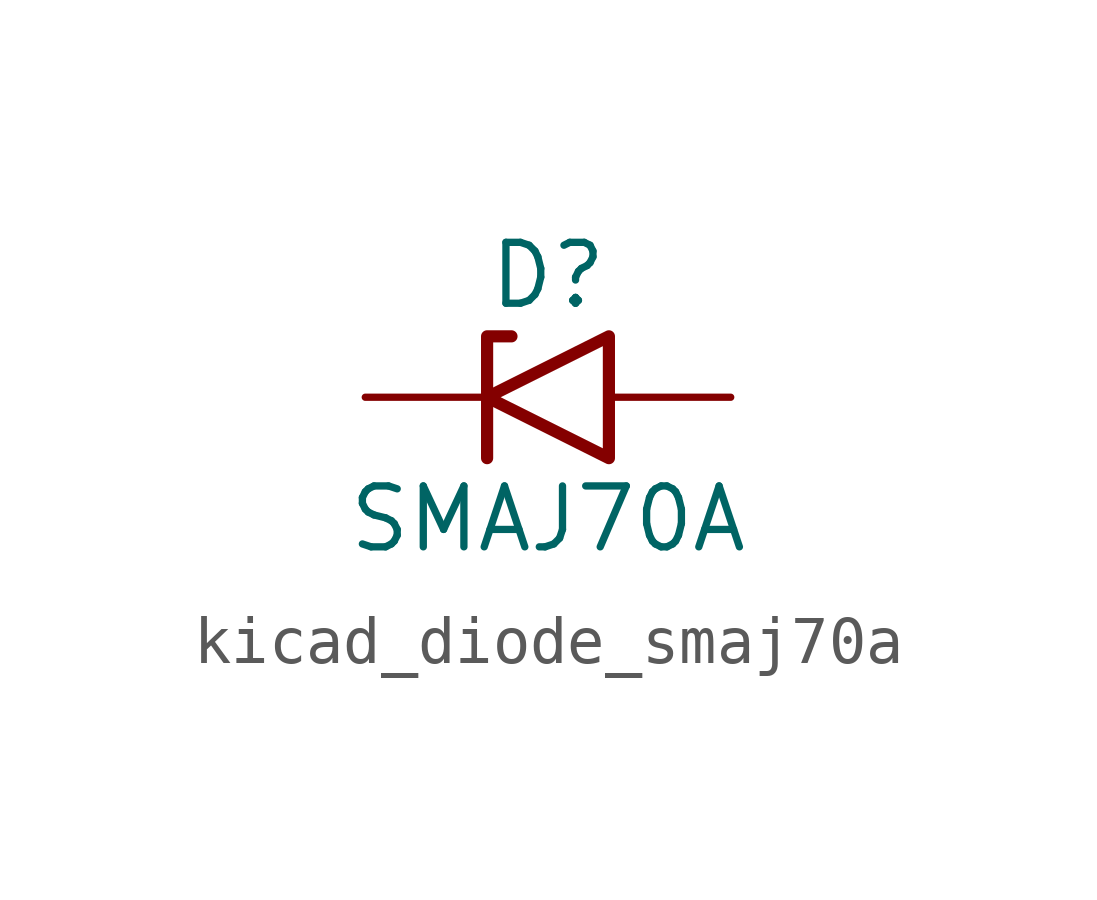
<source format=kicad_sym>
(kicad_symbol_lib
  (version 20220914)
  (generator kicad_symbol_editor)
  (symbol "kicad_diode_smaj70a"
    (pin_numbers hide)
    (pin_names
      (offset 1.016) hide)
    (property "Reference" "D"
      (at 0 2.54 0)
      (effects (font (size 1.27 1.27))))
    (property "Value" "SMAJ70A"
      (at 0 -2.54 0)
      (effects (font (size 1.27 1.27))))
    (symbol "kicad_diode_smaj70a_0_1"
      (polyline (pts (xy -0.762 1.27) (xy -1.27 1.27) (xy -1.27 -1.27)) (stroke (width 0.254) (type default)) (fill (type none)))
      (polyline (pts (xy 1.27 1.27) (xy 1.27 -1.27) (xy -1.27 0) (xy 1.27 1.27)) (stroke (width 0.254) (type default)) (fill (type none))))
    (symbol "kicad_diode_smaj70a_1_1"
      (pin passive line (at -3.81 0 0) (length 2.54) (name "A1" (effects (font (size 1.27 1.27)))) (number "1" (effects (font (size 1.27 1.27)))))
      (pin passive line (at 3.81 0 180) (length 2.54) (name "A2" (effects (font (size 1.27 1.27)))) (number "2" (effects (font (size 1.27 1.27))))))))
</source>
